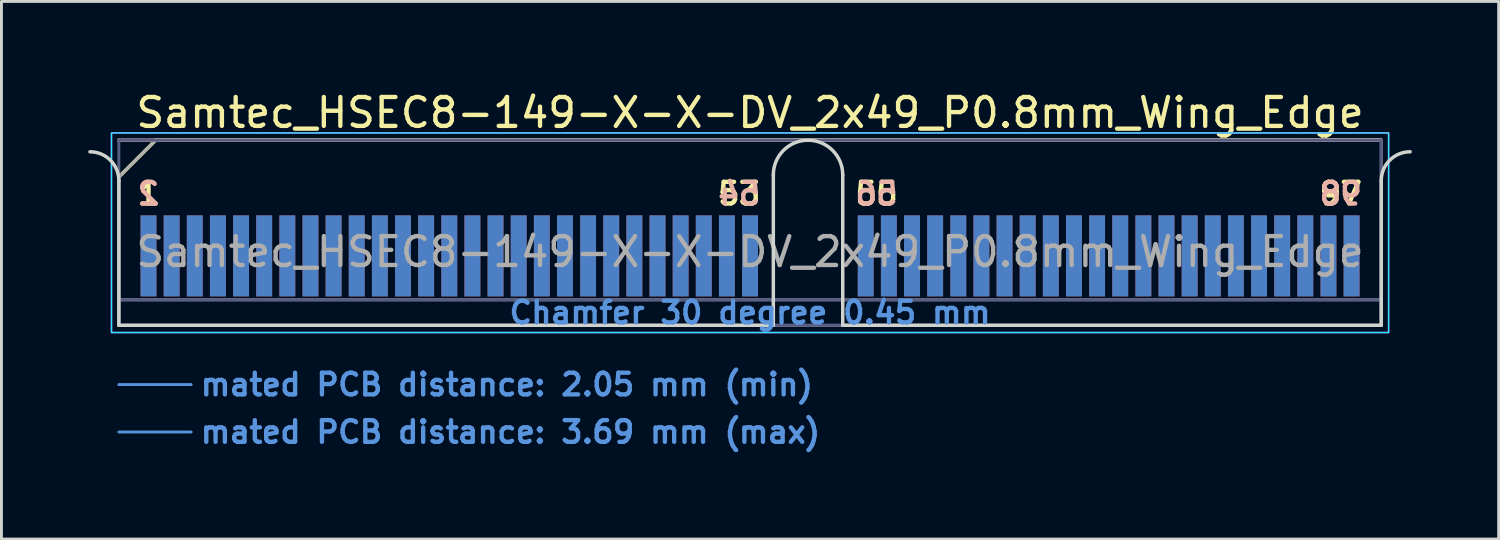
<source format=kicad_pcb>
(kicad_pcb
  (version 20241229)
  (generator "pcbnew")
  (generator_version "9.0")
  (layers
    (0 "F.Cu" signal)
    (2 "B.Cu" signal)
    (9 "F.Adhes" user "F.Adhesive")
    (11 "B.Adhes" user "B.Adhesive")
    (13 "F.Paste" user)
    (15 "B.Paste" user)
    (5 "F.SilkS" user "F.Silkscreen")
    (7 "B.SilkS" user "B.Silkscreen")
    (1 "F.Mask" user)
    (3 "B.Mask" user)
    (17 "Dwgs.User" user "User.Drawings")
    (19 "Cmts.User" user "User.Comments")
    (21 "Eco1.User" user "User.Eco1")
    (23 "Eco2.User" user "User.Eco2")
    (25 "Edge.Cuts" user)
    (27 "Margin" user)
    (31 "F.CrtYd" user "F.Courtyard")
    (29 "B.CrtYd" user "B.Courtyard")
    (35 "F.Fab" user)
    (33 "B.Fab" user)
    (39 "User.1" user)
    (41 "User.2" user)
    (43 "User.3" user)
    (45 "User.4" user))
  (footprint "Samtec_HSEC8-149-X-X-DV_2x49_P0.8mm_Wing_Edge"
    (layer "F.Cu")
    (at 22.885 8.198)
    (property "Reference" "Samtec_HSEC8-149-X-X-DV_2x49_P0.8mm_Wing_Edge" (at 0 -7.35 0) (layer "F.SilkS") (effects (font (size 1 1) (thickness 0.15))))
    (attr exclude_from_pos_files exclude_from_bom)
    (fp_line (start -21.825 -5.13) (end -20.555 -6.4) (stroke (width 0.12) (type solid)) (layer "F.SilkS"))
    (fp_line (start -20.555 -6.4) (end 21.825 -6.4) (stroke (width 0.12) (type solid)) (layer "F.SilkS"))
    (fp_line (start -21.825 -6.4) (end -21.825 -6.4) (stroke (width 0.12) (type solid)) (layer "B.SilkS"))
    (fp_line (start -21.825 -6.4) (end 21.825 -6.4) (stroke (width 0.12) (type solid)) (layer "B.SilkS"))
    (fp_line (start -21.825 2.05) (end -19.325 2.05) (stroke (width 0.1) (type solid)) (layer "Cmts.User"))
    (fp_line (start -21.825 3.69) (end -19.325 3.69) (stroke (width 0.1) (type solid)) (layer "Cmts.User"))
    (fp_line (start -21.825 -5) (end -21.825 0) (stroke (width 0.12) (type solid)) (layer "Edge.Cuts"))
    (fp_line (start -21.825 0) (end 0.805 0) (stroke (width 0.12) (type solid)) (layer "Edge.Cuts"))
    (fp_line (start 0.805 0) (end 0.805 -5.2) (stroke (width 0.12) (type solid)) (layer "Edge.Cuts"))
    (fp_line (start 3.205 -5.2) (end 3.205 0) (stroke (width 0.12) (type solid)) (layer "Edge.Cuts"))
    (fp_line (start 3.205 0) (end 21.825 0) (stroke (width 0.12) (type solid)) (layer "Edge.Cuts"))
    (fp_line (start 21.825 0) (end 21.825 -5) (stroke (width 0.12) (type solid)) (layer "Edge.Cuts"))
    (fp_arc (start -22.825 -6) (mid -22.117893 -5.707107) (end -21.825 -5) (stroke (width 0.12) (type solid)) (layer "Edge.Cuts"))
    (fp_arc (start 0.805 -5.2) (mid 2.005 -6.4) (end 3.205 -5.2) (stroke (width 0.12) (type solid)) (layer "Edge.Cuts"))
    (fp_arc (start 21.825 -5) (mid 22.117893 -5.707107) (end 22.825 -6) (stroke (width 0.12) (type solid)) (layer "Edge.Cuts"))
    (fp_rect (start -22.08 -6.65) (end 22.08 0.25) (stroke (width 0.05) (type solid)) (fill no) (layer "B.CrtYd"))
    (fp_rect (start -22.08 -6.65) (end 22.08 0.25) (stroke (width 0.05) (type solid)) (fill no) (layer "F.CrtYd"))
    (fp_line (start -21.825 -6.4) (end -21.825 -6.4) (stroke (width 0.1) (type solid)) (layer "B.Fab"))
    (fp_line (start -21.825 -6.4) (end -21.825 0) (stroke (width 0.1) (type solid)) (layer "B.Fab"))
    (fp_line (start -21.825 -6.4) (end 21.825 -6.4) (stroke (width 0.1) (type solid)) (layer "B.Fab"))
    (fp_line (start -21.825 -0.88) (end 21.825 -0.88) (stroke (width 0.1) (type solid)) (layer "B.Fab"))
    (fp_line (start -21.825 0) (end 21.825 0) (stroke (width 0.1) (type solid)) (layer "B.Fab"))
    (fp_line (start 21.825 -6.4) (end 21.825 0) (stroke (width 0.1) (type solid)) (layer "B.Fab"))
    (fp_line (start -21.825 -5.13) (end -21.825 0) (stroke (width 0.1) (type solid)) (layer "F.Fab"))
    (fp_line (start -21.825 -5.13) (end -20.555 -6.4) (stroke (width 0.1) (type solid)) (layer "F.Fab"))
    (fp_line (start -21.825 -0.88) (end 21.825 -0.88) (stroke (width 0.1) (type solid)) (layer "F.Fab"))
    (fp_line (start -21.825 0) (end 21.825 0) (stroke (width 0.1) (type solid)) (layer "F.Fab"))
    (fp_line (start -20.555 -6.4) (end 21.825 -6.4) (stroke (width 0.1) (type solid)) (layer "F.Fab"))
    (fp_line (start 21.825 -6.4) (end 21.825 0) (stroke (width 0.1) (type solid)) (layer "F.Fab"))
    (fp_text user "97" (at 20.425 -4.55 0) (layer "F.SilkS") (effects (font (size 0.75 0.75) (thickness 0.15))))
    (fp_text user "55" (at 4.375 -4.55 0) (layer "F.SilkS") (effects (font (size 0.75 0.75) (thickness 0.15))))
    (fp_text user "53" (at -0.375 -4.55 0) (layer "F.SilkS") (effects (font (size 0.75 0.75) (thickness 0.15))))
    (fp_text user "1" (at -20.8 -4.55 0) (layer "F.SilkS") (effects (font (size 0.75 0.75) (thickness 0.15))))
    (fp_text user "98" (at 20.425 -4.55 0) (layer "B.SilkS") (effects (font (size 0.75 0.75) (thickness 0.15)) (justify mirror)))
    (fp_text user "56" (at 4.375 -4.55 0) (layer "B.SilkS") (effects (font (size 0.75 0.75) (thickness 0.15)) (justify mirror)))
    (fp_text user "2" (at -20.8 -4.55 0) (layer "B.SilkS") (effects (font (size 0.75 0.75) (thickness 0.15)) (justify mirror)))
    (fp_text user "54" (at -0.375 -4.55 0) (layer "B.SilkS") (effects (font (size 0.75 0.75) (thickness 0.15)) (justify mirror)))
    (fp_text user "Chamfer 30 degree 0.45 mm" (at 0 -0.44 0) (layer "Cmts.User") (effects (font (size 0.75 0.75) (thickness 0.15))))
    (fp_text user "mated PCB distance: 2.05 mm (min)" (at -19.08 2.05 0) (layer "Cmts.User") (effects (font (size 0.75 0.75) (thickness 0.15)) (justify left)))
    (fp_text user "mated PCB distance: 3.69 mm (max)" (at -19.08 3.69 0) (layer "Cmts.User") (effects (font (size 0.75 0.75) (thickness 0.15)) (justify left)))
    (fp_text user "${REFERENCE}" (at 0 -2.54 0) (layer "F.Fab") (effects (font (size 1 1) (thickness 0.15))))
    (pad "1" connect rect (at -20.8 -2.4) (size 0.55 2.8) (layers "F.Cu" "F.Mask"))
    (pad "2" connect rect (at -20.8 -2.4) (size 0.55 2.8) (layers "B.Cu" "B.Mask"))
    (pad "3" connect rect (at -20 -2.4) (size 0.55 2.8) (layers "F.Cu" "F.Mask"))
    (pad "4" connect rect (at -20 -2.4) (size 0.55 2.8) (layers "B.Cu" "B.Mask"))
    (pad "5" connect rect (at -19.2 -2.4) (size 0.55 2.8) (layers "F.Cu" "F.Mask"))
    (pad "6" connect rect (at -19.2 -2.4) (size 0.55 2.8) (layers "B.Cu" "B.Mask"))
    (pad "7" connect rect (at -18.4 -2.4) (size 0.55 2.8) (layers "F.Cu" "F.Mask"))
    (pad "8" connect rect (at -18.4 -2.4) (size 0.55 2.8) (layers "B.Cu" "B.Mask"))
    (pad "9" connect rect (at -17.6 -2.4) (size 0.55 2.8) (layers "F.Cu" "F.Mask"))
    (pad "10" connect rect (at -17.6 -2.4) (size 0.55 2.8) (layers "B.Cu" "B.Mask"))
    (pad "11" connect rect (at -16.8 -2.4) (size 0.55 2.8) (layers "F.Cu" "F.Mask"))
    (pad "12" connect rect (at -16.8 -2.4) (size 0.55 2.8) (layers "B.Cu" "B.Mask"))
    (pad "13" connect rect (at -16 -2.4) (size 0.55 2.8) (layers "F.Cu" "F.Mask"))
    (pad "14" connect rect (at -16 -2.4) (size 0.55 2.8) (layers "B.Cu" "B.Mask"))
    (pad "15" connect rect (at -15.2 -2.4) (size 0.55 2.8) (layers "F.Cu" "F.Mask"))
    (pad "16" connect rect (at -15.2 -2.4) (size 0.55 2.8) (layers "B.Cu" "B.Mask"))
    (pad "17" connect rect (at -14.4 -2.4) (size 0.55 2.8) (layers "F.Cu" "F.Mask"))
    (pad "18" connect rect (at -14.4 -2.4) (size 0.55 2.8) (layers "B.Cu" "B.Mask"))
    (pad "19" connect rect (at -13.6 -2.4) (size 0.55 2.8) (layers "F.Cu" "F.Mask"))
    (pad "20" connect rect (at -13.6 -2.4) (size 0.55 2.8) (layers "B.Cu" "B.Mask"))
    (pad "21" connect rect (at -12.8 -2.4) (size 0.55 2.8) (layers "F.Cu" "F.Mask"))
    (pad "22" connect rect (at -12.8 -2.4) (size 0.55 2.8) (layers "B.Cu" "B.Mask"))
    (pad "23" connect rect (at -12 -2.4) (size 0.55 2.8) (layers "F.Cu" "F.Mask"))
    (pad "24" connect rect (at -12 -2.4) (size 0.55 2.8) (layers "B.Cu" "B.Mask"))
    (pad "25" connect rect (at -11.2 -2.4) (size 0.55 2.8) (layers "F.Cu" "F.Mask"))
    (pad "26" connect rect (at -11.2 -2.4) (size 0.55 2.8) (layers "B.Cu" "B.Mask"))
    (pad "27" connect rect (at -10.4 -2.4) (size 0.55 2.8) (layers "F.Cu" "F.Mask"))
    (pad "28" connect rect (at -10.4 -2.4) (size 0.55 2.8) (layers "B.Cu" "B.Mask"))
    (pad "29" connect rect (at -9.6 -2.4) (size 0.55 2.8) (layers "F.Cu" "F.Mask"))
    (pad "30" connect rect (at -9.6 -2.4) (size 0.55 2.8) (layers "B.Cu" "B.Mask"))
    (pad "31" connect rect (at -8.8 -2.4) (size 0.55 2.8) (layers "F.Cu" "F.Mask"))
    (pad "32" connect rect (at -8.8 -2.4) (size 0.55 2.8) (layers "B.Cu" "B.Mask"))
    (pad "33" connect rect (at -8 -2.4) (size 0.55 2.8) (layers "F.Cu" "F.Mask"))
    (pad "34" connect rect (at -8 -2.4) (size 0.55 2.8) (layers "B.Cu" "B.Mask"))
    (pad "35" connect rect (at -7.2 -2.4) (size 0.55 2.8) (layers "F.Cu" "F.Mask"))
    (pad "36" connect rect (at -7.2 -2.4) (size 0.55 2.8) (layers "B.Cu" "B.Mask"))
    (pad "37" connect rect (at -6.4 -2.4) (size 0.55 2.8) (layers "F.Cu" "F.Mask"))
    (pad "38" connect rect (at -6.4 -2.4) (size 0.55 2.8) (layers "B.Cu" "B.Mask"))
    (pad "39" connect rect (at -5.6 -2.4) (size 0.55 2.8) (layers "F.Cu" "F.Mask"))
    (pad "40" connect rect (at -5.6 -2.4) (size 0.55 2.8) (layers "B.Cu" "B.Mask"))
    (pad "41" connect rect (at -4.8 -2.4) (size 0.55 2.8) (layers "F.Cu" "F.Mask"))
    (pad "42" connect rect (at -4.8 -2.4) (size 0.55 2.8) (layers "B.Cu" "B.Mask"))
    (pad "43" connect rect (at -4 -2.4) (size 0.55 2.8) (layers "F.Cu" "F.Mask"))
    (pad "44" connect rect (at -4 -2.4) (size 0.55 2.8) (layers "B.Cu" "B.Mask"))
    (pad "45" connect rect (at -3.2 -2.4) (size 0.55 2.8) (layers "F.Cu" "F.Mask"))
    (pad "46" connect rect (at -3.2 -2.4) (size 0.55 2.8) (layers "B.Cu" "B.Mask"))
    (pad "47" connect rect (at -2.4 -2.4) (size 0.55 2.8) (layers "F.Cu" "F.Mask"))
    (pad "48" connect rect (at -2.4 -2.4) (size 0.55 2.8) (layers "B.Cu" "B.Mask"))
    (pad "49" connect rect (at -1.6 -2.4) (size 0.55 2.8) (layers "F.Cu" "F.Mask"))
    (pad "50" connect rect (at -1.6 -2.4) (size 0.55 2.8) (layers "B.Cu" "B.Mask"))
    (pad "51" connect rect (at -0.8 -2.4) (size 0.55 2.8) (layers "F.Cu" "F.Mask"))
    (pad "52" connect rect (at -0.8 -2.4) (size 0.55 2.8) (layers "B.Cu" "B.Mask"))
    (pad "53" connect rect (at 0 -2.4) (size 0.55 2.8) (layers "F.Cu" "F.Mask"))
    (pad "54" connect rect (at 0 -2.4) (size 0.55 2.8) (layers "B.Cu" "B.Mask"))
    (pad "55" connect rect (at 4 -2.4) (size 0.55 2.8) (layers "F.Cu" "F.Mask"))
    (pad "56" connect rect (at 4 -2.4) (size 0.55 2.8) (layers "B.Cu" "B.Mask"))
    (pad "57" connect rect (at 4.8 -2.4) (size 0.55 2.8) (layers "F.Cu" "F.Mask"))
    (pad "58" connect rect (at 4.8 -2.4) (size 0.55 2.8) (layers "B.Cu" "B.Mask"))
    (pad "59" connect rect (at 5.6 -2.4) (size 0.55 2.8) (layers "F.Cu" "F.Mask"))
    (pad "60" connect rect (at 5.6 -2.4) (size 0.55 2.8) (layers "B.Cu" "B.Mask"))
    (pad "61" connect rect (at 6.4 -2.4) (size 0.55 2.8) (layers "F.Cu" "F.Mask"))
    (pad "62" connect rect (at 6.4 -2.4) (size 0.55 2.8) (layers "B.Cu" "B.Mask"))
    (pad "63" connect rect (at 7.2 -2.4) (size 0.55 2.8) (layers "F.Cu" "F.Mask"))
    (pad "64" connect rect (at 7.2 -2.4) (size 0.55 2.8) (layers "B.Cu" "B.Mask"))
    (pad "65" connect rect (at 8 -2.4) (size 0.55 2.8) (layers "F.Cu" "F.Mask"))
    (pad "66" connect rect (at 8 -2.4) (size 0.55 2.8) (layers "B.Cu" "B.Mask"))
    (pad "67" connect rect (at 8.8 -2.4) (size 0.55 2.8) (layers "F.Cu" "F.Mask"))
    (pad "68" connect rect (at 8.8 -2.4) (size 0.55 2.8) (layers "B.Cu" "B.Mask"))
    (pad "69" connect rect (at 9.6 -2.4) (size 0.55 2.8) (layers "F.Cu" "F.Mask"))
    (pad "70" connect rect (at 9.6 -2.4) (size 0.55 2.8) (layers "B.Cu" "B.Mask"))
    (pad "71" connect rect (at 10.4 -2.4) (size 0.55 2.8) (layers "F.Cu" "F.Mask"))
    (pad "72" connect rect (at 10.4 -2.4) (size 0.55 2.8) (layers "B.Cu" "B.Mask"))
    (pad "73" connect rect (at 11.2 -2.4) (size 0.55 2.8) (layers "F.Cu" "F.Mask"))
    (pad "74" connect rect (at 11.2 -2.4) (size 0.55 2.8) (layers "B.Cu" "B.Mask"))
    (pad "75" connect rect (at 12 -2.4) (size 0.55 2.8) (layers "F.Cu" "F.Mask"))
    (pad "76" connect rect (at 12 -2.4) (size 0.55 2.8) (layers "B.Cu" "B.Mask"))
    (pad "77" connect rect (at 12.8 -2.4) (size 0.55 2.8) (layers "F.Cu" "F.Mask"))
    (pad "78" connect rect (at 12.8 -2.4) (size 0.55 2.8) (layers "B.Cu" "B.Mask"))
    (pad "79" connect rect (at 13.6 -2.4) (size 0.55 2.8) (layers "F.Cu" "F.Mask"))
    (pad "80" connect rect (at 13.6 -2.4) (size 0.55 2.8) (layers "B.Cu" "B.Mask"))
    (pad "81" connect rect (at 14.4 -2.4) (size 0.55 2.8) (layers "F.Cu" "F.Mask"))
    (pad "82" connect rect (at 14.4 -2.4) (size 0.55 2.8) (layers "B.Cu" "B.Mask"))
    (pad "83" connect rect (at 15.2 -2.4) (size 0.55 2.8) (layers "F.Cu" "F.Mask"))
    (pad "84" connect rect (at 15.2 -2.4) (size 0.55 2.8) (layers "B.Cu" "B.Mask"))
    (pad "85" connect rect (at 16 -2.4) (size 0.55 2.8) (layers "F.Cu" "F.Mask"))
    (pad "86" connect rect (at 16 -2.4) (size 0.55 2.8) (layers "B.Cu" "B.Mask"))
    (pad "87" connect rect (at 16.8 -2.4) (size 0.55 2.8) (layers "F.Cu" "F.Mask"))
    (pad "88" connect rect (at 16.8 -2.4) (size 0.55 2.8) (layers "B.Cu" "B.Mask"))
    (pad "89" connect rect (at 17.6 -2.4) (size 0.55 2.8) (layers "F.Cu" "F.Mask"))
    (pad "90" connect rect (at 17.6 -2.4) (size 0.55 2.8) (layers "B.Cu" "B.Mask"))
    (pad "91" connect rect (at 18.4 -2.4) (size 0.55 2.8) (layers "F.Cu" "F.Mask"))
    (pad "92" connect rect (at 18.4 -2.4) (size 0.55 2.8) (layers "B.Cu" "B.Mask"))
    (pad "93" connect rect (at 19.2 -2.4) (size 0.55 2.8) (layers "F.Cu" "F.Mask"))
    (pad "94" connect rect (at 19.2 -2.4) (size 0.55 2.8) (layers "B.Cu" "B.Mask"))
    (pad "95" connect rect (at 20 -2.4) (size 0.55 2.8) (layers "F.Cu" "F.Mask"))
    (pad "96" connect rect (at 20 -2.4) (size 0.55 2.8) (layers "B.Cu" "B.Mask"))
    (pad "97" connect rect (at 20.8 -2.4) (size 0.55 2.8) (layers "F.Cu" "F.Mask"))
    (pad "98" connect rect (at 20.8 -2.4) (size 0.55 2.8) (layers "B.Cu" "B.Mask")))
  (gr_rect
    (start -3 -3)
    (end 48.77 15.59)
    (stroke (width 0.1) (type default))
    (fill no)
    (layer "Edge.Cuts")))
</source>
